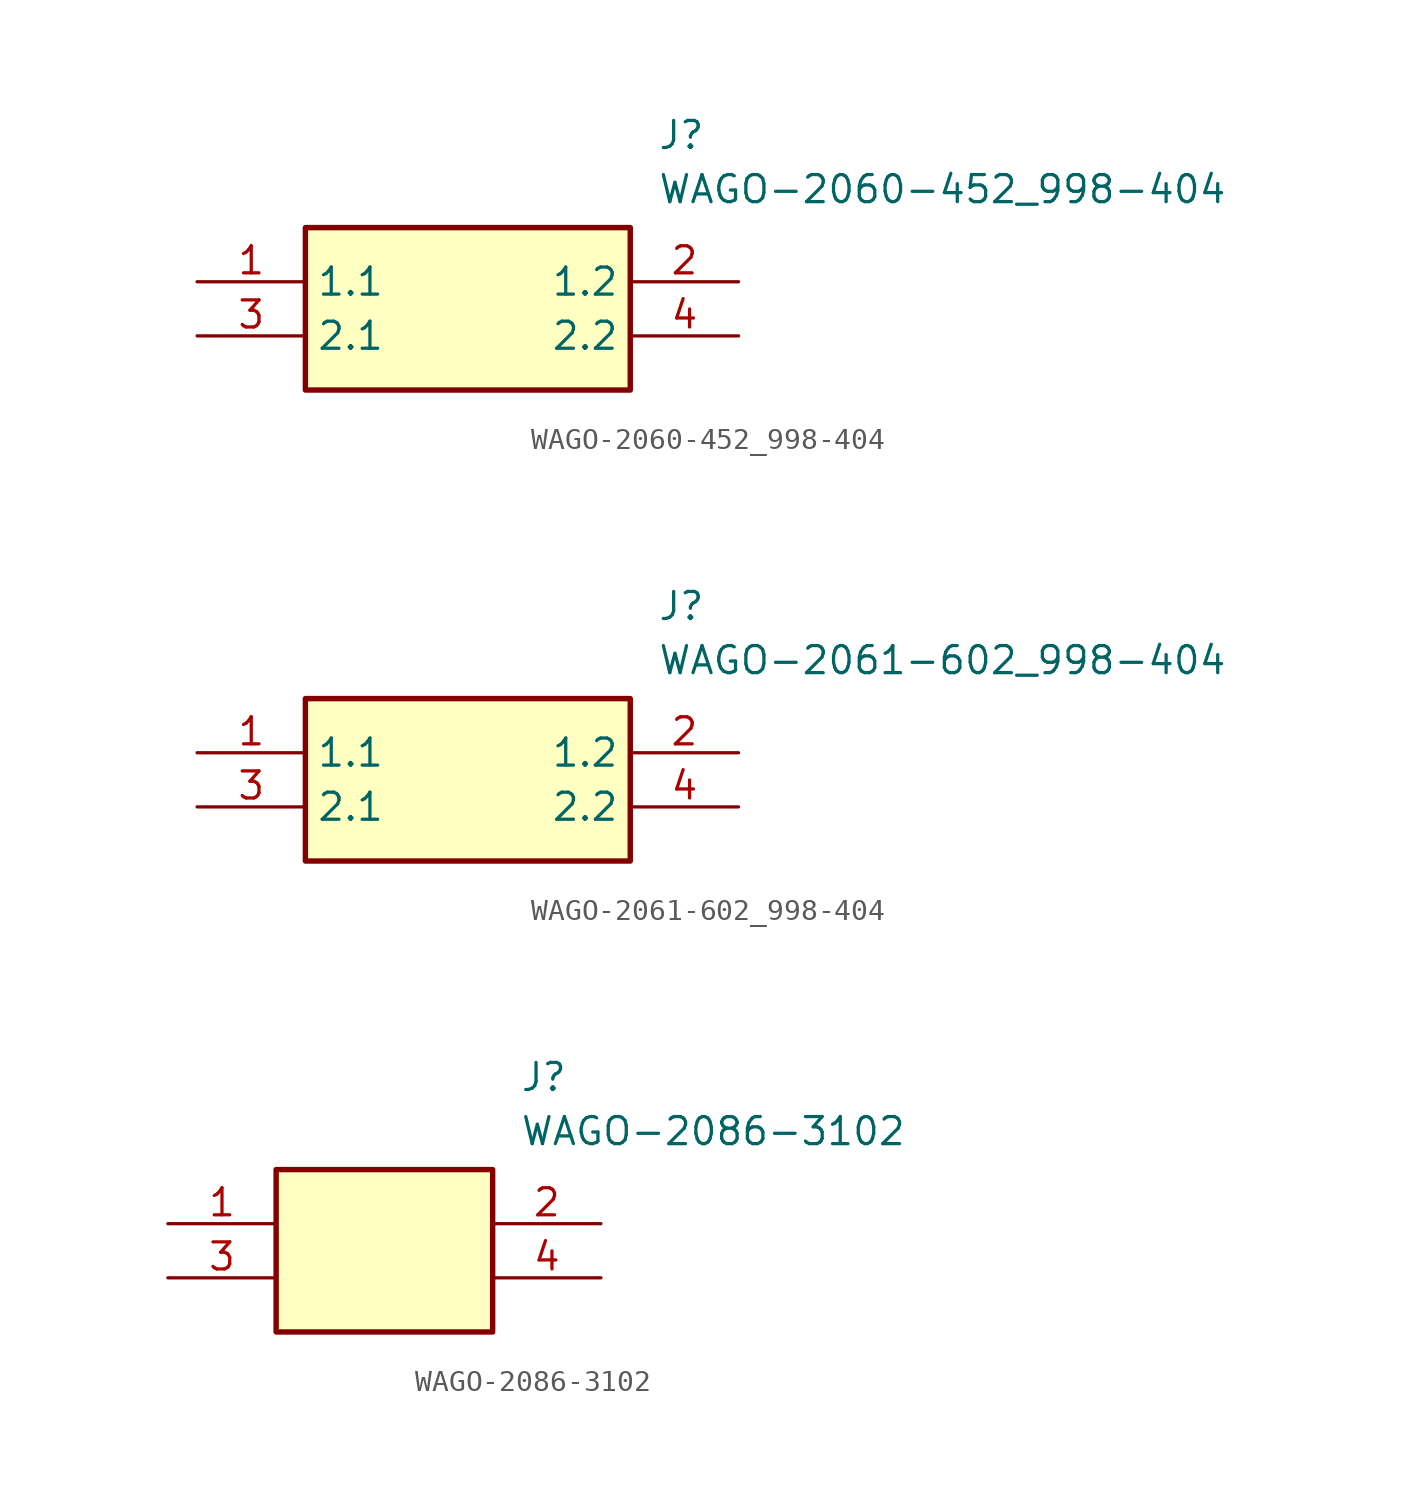
<source format=kicad_sym>
(kicad_symbol_lib
  (version 20241209)
  (generator "kicad_symbol_editor")
  (generator_version "9.0")
  (symbol "WAGO-2060-452_998-404"
    (property "Reference" "J"
      (at 21.59 7.62 0)
      (effects (font (size 1.27 1.27)) (justify left top)))
    (property "Value" "WAGO-2060-452_998-404"
      (at 21.59 5.08 0)
      (effects (font (size 1.27 1.27)) (justify left top)))
    (symbol "WAGO-2060-452_998-404_1_1"
      (rectangle (start 5.08 2.54) (end 20.32 -5.08) (stroke (width 0.254) (type default)) (fill (type background)))
      (pin passive line (at 0 0 0) (length 5.08) (name "1.1" (effects (font (size 1.27 1.27)))) (number "1" (effects (font (size 1.27 1.27)))))
      (pin passive line (at 0 -2.54 0) (length 5.08) (name "2.1" (effects (font (size 1.27 1.27)))) (number "3" (effects (font (size 1.27 1.27)))))
      (pin passive line (at 25.4 0 180) (length 5.08) (name "1.2" (effects (font (size 1.27 1.27)))) (number "2" (effects (font (size 1.27 1.27)))))
      (pin passive line (at 25.4 -2.54 180) (length 5.08) (name "2.2" (effects (font (size 1.27 1.27)))) (number "4" (effects (font (size 1.27 1.27)))))))
  (symbol "WAGO-2061-602_998-404"
    (property "Reference" "J"
      (at 21.59 7.62 0)
      (effects (font (size 1.27 1.27)) (justify left top)))
    (property "Value" "WAGO-2061-602_998-404"
      (at 21.59 5.08 0)
      (effects (font (size 1.27 1.27)) (justify left top)))
    (symbol "WAGO-2061-602_998-404_1_1"
      (rectangle (start 5.08 2.54) (end 20.32 -5.08) (stroke (width 0.254) (type default)) (fill (type background)))
      (pin passive line (at 0 0 0) (length 5.08) (name "1.1" (effects (font (size 1.27 1.27)))) (number "1" (effects (font (size 1.27 1.27)))))
      (pin passive line (at 0 -2.54 0) (length 5.08) (name "2.1" (effects (font (size 1.27 1.27)))) (number "3" (effects (font (size 1.27 1.27)))))
      (pin passive line (at 25.4 0 180) (length 5.08) (name "1.2" (effects (font (size 1.27 1.27)))) (number "2" (effects (font (size 1.27 1.27)))))
      (pin passive line (at 25.4 -2.54 180) (length 5.08) (name "2.2" (effects (font (size 1.27 1.27)))) (number "4" (effects (font (size 1.27 1.27)))))))
  (symbol "WAGO-2086-3102"
    (pin_names
      (hide yes))
    (property "Reference" "J"
      (at 16.51 7.62 0)
      (effects (font (size 1.27 1.27)) (justify left top)))
    (property "Value" "WAGO-2086-3102"
      (at 16.51 5.08 0)
      (effects (font (size 1.27 1.27)) (justify left top)))
    (symbol "WAGO-2086-3102_1_1"
      (rectangle (start 5.08 2.54) (end 15.24 -5.08) (stroke (width 0.254) (type default)) (fill (type background)))
      (pin passive line (at 0 0 0) (length 5.08) (name "1.1" (effects (font (size 1.27 1.27)))) (number "1" (effects (font (size 1.27 1.27)))))
      (pin passive line (at 0 -2.54 0) (length 5.08) (name "2.1" (effects (font (size 1.27 1.27)))) (number "3" (effects (font (size 1.27 1.27)))))
      (pin passive line (at 20.32 0 180) (length 5.08) (name "1.2" (effects (font (size 1.27 1.27)))) (number "2" (effects (font (size 1.27 1.27)))))
      (pin passive line (at 20.32 -2.54 180) (length 5.08) (name "2.2" (effects (font (size 1.27 1.27)))) (number "4" (effects (font (size 1.27 1.27))))))))
</source>
